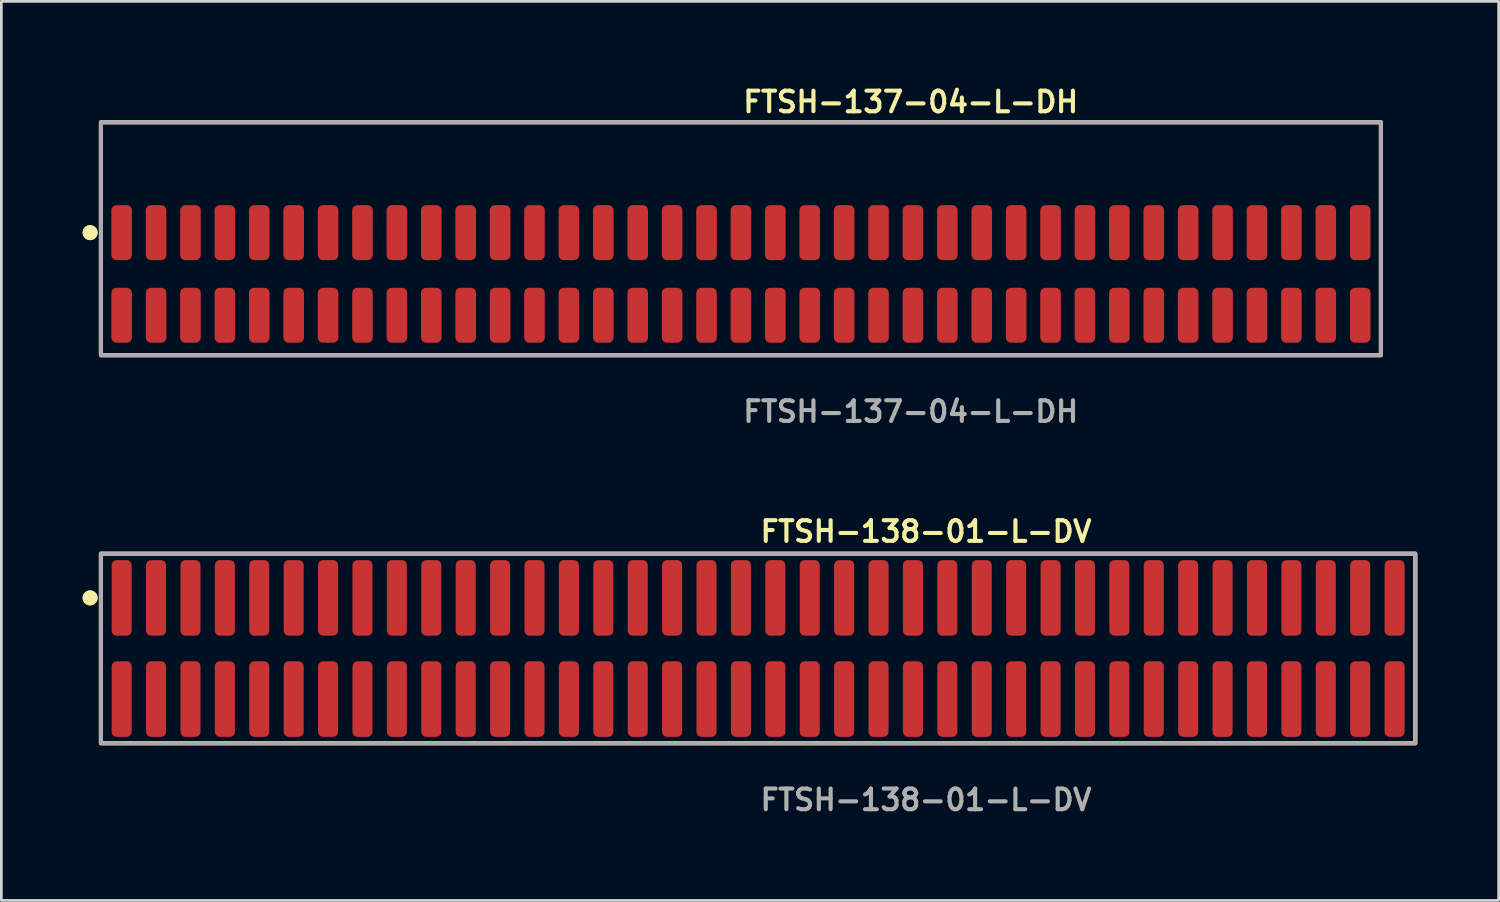
<source format=kicad_pcb>
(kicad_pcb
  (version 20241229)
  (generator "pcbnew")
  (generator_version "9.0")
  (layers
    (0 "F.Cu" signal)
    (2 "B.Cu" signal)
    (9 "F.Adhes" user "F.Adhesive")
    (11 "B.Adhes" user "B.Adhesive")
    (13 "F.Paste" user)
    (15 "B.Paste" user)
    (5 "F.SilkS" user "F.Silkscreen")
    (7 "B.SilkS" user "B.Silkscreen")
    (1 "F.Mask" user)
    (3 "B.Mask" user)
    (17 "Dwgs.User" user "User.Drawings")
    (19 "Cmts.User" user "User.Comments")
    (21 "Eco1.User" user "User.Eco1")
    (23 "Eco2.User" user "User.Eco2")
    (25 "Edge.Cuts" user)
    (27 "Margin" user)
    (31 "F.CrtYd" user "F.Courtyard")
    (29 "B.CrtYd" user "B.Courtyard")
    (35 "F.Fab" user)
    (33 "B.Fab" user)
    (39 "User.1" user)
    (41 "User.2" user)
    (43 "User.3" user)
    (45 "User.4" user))
  (footprint "FTSH-137-04-L-DH"
    (layer "F.Cu")
    (at 24.301 7.063)
    (property "Reference" "FTSH-137-04-L-DH" (at 0 -6.35 0) (unlocked yes) (layer "F.SilkS") (effects (font (size 0.762 0.762) (thickness 0.152)) (justify left)))
    (fp_rect (start -23.625 3) (end 23.625 -5.6) (stroke (width 0.152) (type solid)) (fill no) (layer "F.SilkS"))
    (fp_circle (center -24.025 -1.525) (end -24.225 -1.525) (stroke (width 0.152) (type solid)) (fill yes) (layer "F.SilkS"))
    (fp_circle (center -24.025 -1.525) (end -24.225 -1.525) (stroke (width 0.152) (type solid)) (fill yes) (layer "F.SilkS"))
    (fp_rect (start -23.625 3) (end 23.625 -5.6) (stroke (width 0.006) (type solid)) (fill no) (layer "F.CrtYd"))
    (fp_rect (start -23.625 3) (end 23.625 -5.6) (stroke (width 0.152) (type solid)) (fill no) (layer "F.Fab"))
    (fp_text user "${REFERENCE}" (at 0 5.08 0) (unlocked yes) (layer "F.Fab") (effects (font (size 0.762 0.762) (thickness 0.152)) (justify left)))
    (pad "1" smd roundrect (at -22.86 -1.525) (size 0.76 2.03) (layers "F.Cu" "F.Paste") (roundrect_rratio 0.25))
    (pad "2" smd roundrect (at -22.86 1.525) (size 0.76 2.03) (layers "F.Cu" "F.Paste") (roundrect_rratio 0.25))
    (pad "3" smd roundrect (at -21.59 -1.525) (size 0.76 2.03) (layers "F.Cu" "F.Paste") (roundrect_rratio 0.25))
    (pad "4" smd roundrect (at -21.59 1.525) (size 0.76 2.03) (layers "F.Cu" "F.Paste") (roundrect_rratio 0.25))
    (pad "5" smd roundrect (at -20.32 -1.525) (size 0.76 2.03) (layers "F.Cu" "F.Paste") (roundrect_rratio 0.25))
    (pad "6" smd roundrect (at -20.32 1.525) (size 0.76 2.03) (layers "F.Cu" "F.Paste") (roundrect_rratio 0.25))
    (pad "7" smd roundrect (at -19.05 -1.525) (size 0.76 2.03) (layers "F.Cu" "F.Paste") (roundrect_rratio 0.25))
    (pad "8" smd roundrect (at -19.05 1.525) (size 0.76 2.03) (layers "F.Cu" "F.Paste") (roundrect_rratio 0.25))
    (pad "9" smd roundrect (at -17.78 -1.525) (size 0.76 2.03) (layers "F.Cu" "F.Paste") (roundrect_rratio 0.25))
    (pad "10" smd roundrect (at -17.78 1.525) (size 0.76 2.03) (layers "F.Cu" "F.Paste") (roundrect_rratio 0.25))
    (pad "11" smd roundrect (at -16.51 -1.525) (size 0.76 2.03) (layers "F.Cu" "F.Paste") (roundrect_rratio 0.25))
    (pad "12" smd roundrect (at -16.51 1.525) (size 0.76 2.03) (layers "F.Cu" "F.Paste") (roundrect_rratio 0.25))
    (pad "13" smd roundrect (at -15.24 -1.525) (size 0.76 2.03) (layers "F.Cu" "F.Paste") (roundrect_rratio 0.25))
    (pad "14" smd roundrect (at -15.24 1.525) (size 0.76 2.03) (layers "F.Cu" "F.Paste") (roundrect_rratio 0.25))
    (pad "15" smd roundrect (at -13.97 -1.525) (size 0.76 2.03) (layers "F.Cu" "F.Paste") (roundrect_rratio 0.25))
    (pad "16" smd roundrect (at -13.97 1.525) (size 0.76 2.03) (layers "F.Cu" "F.Paste") (roundrect_rratio 0.25))
    (pad "17" smd roundrect (at -12.7 -1.525) (size 0.76 2.03) (layers "F.Cu" "F.Paste") (roundrect_rratio 0.25))
    (pad "18" smd roundrect (at -12.7 1.525) (size 0.76 2.03) (layers "F.Cu" "F.Paste") (roundrect_rratio 0.25))
    (pad "19" smd roundrect (at -11.43 -1.525) (size 0.76 2.03) (layers "F.Cu" "F.Paste") (roundrect_rratio 0.25))
    (pad "20" smd roundrect (at -11.43 1.525) (size 0.76 2.03) (layers "F.Cu" "F.Paste") (roundrect_rratio 0.25))
    (pad "21" smd roundrect (at -10.16 -1.525) (size 0.76 2.03) (layers "F.Cu" "F.Paste") (roundrect_rratio 0.25))
    (pad "22" smd roundrect (at -10.16 1.525) (size 0.76 2.03) (layers "F.Cu" "F.Paste") (roundrect_rratio 0.25))
    (pad "23" smd roundrect (at -8.89 -1.525) (size 0.76 2.03) (layers "F.Cu" "F.Paste") (roundrect_rratio 0.25))
    (pad "24" smd roundrect (at -8.89 1.525) (size 0.76 2.03) (layers "F.Cu" "F.Paste") (roundrect_rratio 0.25))
    (pad "25" smd roundrect (at -7.62 -1.525) (size 0.76 2.03) (layers "F.Cu" "F.Paste") (roundrect_rratio 0.25))
    (pad "26" smd roundrect (at -7.62 1.525) (size 0.76 2.03) (layers "F.Cu" "F.Paste") (roundrect_rratio 0.25))
    (pad "27" smd roundrect (at -6.35 -1.525) (size 0.76 2.03) (layers "F.Cu" "F.Paste") (roundrect_rratio 0.25))
    (pad "28" smd roundrect (at -6.35 1.525) (size 0.76 2.03) (layers "F.Cu" "F.Paste") (roundrect_rratio 0.25))
    (pad "29" smd roundrect (at -5.08 -1.525) (size 0.76 2.03) (layers "F.Cu" "F.Paste") (roundrect_rratio 0.25))
    (pad "30" smd roundrect (at -5.08 1.525) (size 0.76 2.03) (layers "F.Cu" "F.Paste") (roundrect_rratio 0.25))
    (pad "31" smd roundrect (at -3.81 -1.525) (size 0.76 2.03) (layers "F.Cu" "F.Paste") (roundrect_rratio 0.25))
    (pad "32" smd roundrect (at -3.81 1.525) (size 0.76 2.03) (layers "F.Cu" "F.Paste") (roundrect_rratio 0.25))
    (pad "33" smd roundrect (at -2.54 -1.525) (size 0.76 2.03) (layers "F.Cu" "F.Paste") (roundrect_rratio 0.25))
    (pad "34" smd roundrect (at -2.54 1.525) (size 0.76 2.03) (layers "F.Cu" "F.Paste") (roundrect_rratio 0.25))
    (pad "35" smd roundrect (at -1.27 -1.525) (size 0.76 2.03) (layers "F.Cu" "F.Paste") (roundrect_rratio 0.25))
    (pad "36" smd roundrect (at -1.27 1.525) (size 0.76 2.03) (layers "F.Cu" "F.Paste") (roundrect_rratio 0.25))
    (pad "37" smd roundrect (at 0 -1.525) (size 0.76 2.03) (layers "F.Cu" "F.Paste") (roundrect_rratio 0.25))
    (pad "38" smd roundrect (at 0 1.525) (size 0.76 2.03) (layers "F.Cu" "F.Paste") (roundrect_rratio 0.25))
    (pad "39" smd roundrect (at 1.27 -1.525) (size 0.76 2.03) (layers "F.Cu" "F.Paste") (roundrect_rratio 0.25))
    (pad "40" smd roundrect (at 1.27 1.525) (size 0.76 2.03) (layers "F.Cu" "F.Paste") (roundrect_rratio 0.25))
    (pad "41" smd roundrect (at 2.54 -1.525) (size 0.76 2.03) (layers "F.Cu" "F.Paste") (roundrect_rratio 0.25))
    (pad "42" smd roundrect (at 2.54 1.525) (size 0.76 2.03) (layers "F.Cu" "F.Paste") (roundrect_rratio 0.25))
    (pad "43" smd roundrect (at 3.81 -1.525) (size 0.76 2.03) (layers "F.Cu" "F.Paste") (roundrect_rratio 0.25))
    (pad "44" smd roundrect (at 3.81 1.525) (size 0.76 2.03) (layers "F.Cu" "F.Paste") (roundrect_rratio 0.25))
    (pad "45" smd roundrect (at 5.08 -1.525) (size 0.76 2.03) (layers "F.Cu" "F.Paste") (roundrect_rratio 0.25))
    (pad "46" smd roundrect (at 5.08 1.525) (size 0.76 2.03) (layers "F.Cu" "F.Paste") (roundrect_rratio 0.25))
    (pad "47" smd roundrect (at 6.35 -1.525) (size 0.76 2.03) (layers "F.Cu" "F.Paste") (roundrect_rratio 0.25))
    (pad "48" smd roundrect (at 6.35 1.525) (size 0.76 2.03) (layers "F.Cu" "F.Paste") (roundrect_rratio 0.25))
    (pad "49" smd roundrect (at 7.62 -1.525) (size 0.76 2.03) (layers "F.Cu" "F.Paste") (roundrect_rratio 0.25))
    (pad "50" smd roundrect (at 7.62 1.525) (size 0.76 2.03) (layers "F.Cu" "F.Paste") (roundrect_rratio 0.25))
    (pad "51" smd roundrect (at 8.89 -1.525) (size 0.76 2.03) (layers "F.Cu" "F.Paste") (roundrect_rratio 0.25))
    (pad "52" smd roundrect (at 8.89 1.525) (size 0.76 2.03) (layers "F.Cu" "F.Paste") (roundrect_rratio 0.25))
    (pad "53" smd roundrect (at 10.16 -1.525) (size 0.76 2.03) (layers "F.Cu" "F.Paste") (roundrect_rratio 0.25))
    (pad "54" smd roundrect (at 10.16 1.525) (size 0.76 2.03) (layers "F.Cu" "F.Paste") (roundrect_rratio 0.25))
    (pad "55" smd roundrect (at 11.43 -1.525) (size 0.76 2.03) (layers "F.Cu" "F.Paste") (roundrect_rratio 0.25))
    (pad "56" smd roundrect (at 11.43 1.525) (size 0.76 2.03) (layers "F.Cu" "F.Paste") (roundrect_rratio 0.25))
    (pad "57" smd roundrect (at 12.7 -1.525) (size 0.76 2.03) (layers "F.Cu" "F.Paste") (roundrect_rratio 0.25))
    (pad "58" smd roundrect (at 12.7 1.525) (size 0.76 2.03) (layers "F.Cu" "F.Paste") (roundrect_rratio 0.25))
    (pad "59" smd roundrect (at 13.97 -1.525) (size 0.76 2.03) (layers "F.Cu" "F.Paste") (roundrect_rratio 0.25))
    (pad "60" smd roundrect (at 13.97 1.525) (size 0.76 2.03) (layers "F.Cu" "F.Paste") (roundrect_rratio 0.25))
    (pad "61" smd roundrect (at 15.24 -1.525) (size 0.76 2.03) (layers "F.Cu" "F.Paste") (roundrect_rratio 0.25))
    (pad "62" smd roundrect (at 15.24 1.525) (size 0.76 2.03) (layers "F.Cu" "F.Paste") (roundrect_rratio 0.25))
    (pad "63" smd roundrect (at 16.51 -1.525) (size 0.76 2.03) (layers "F.Cu" "F.Paste") (roundrect_rratio 0.25))
    (pad "64" smd roundrect (at 16.51 1.525) (size 0.76 2.03) (layers "F.Cu" "F.Paste") (roundrect_rratio 0.25))
    (pad "65" smd roundrect (at 17.78 -1.525) (size 0.76 2.03) (layers "F.Cu" "F.Paste") (roundrect_rratio 0.25))
    (pad "66" smd roundrect (at 17.78 1.525) (size 0.76 2.03) (layers "F.Cu" "F.Paste") (roundrect_rratio 0.25))
    (pad "67" smd roundrect (at 19.05 -1.525) (size 0.76 2.03) (layers "F.Cu" "F.Paste") (roundrect_rratio 0.25))
    (pad "68" smd roundrect (at 19.05 1.525) (size 0.76 2.03) (layers "F.Cu" "F.Paste") (roundrect_rratio 0.25))
    (pad "69" smd roundrect (at 20.32 -1.525) (size 0.76 2.03) (layers "F.Cu" "F.Paste") (roundrect_rratio 0.25))
    (pad "70" smd roundrect (at 20.32 1.525) (size 0.76 2.03) (layers "F.Cu" "F.Paste") (roundrect_rratio 0.25))
    (pad "71" smd roundrect (at 21.59 -1.525) (size 0.76 2.03) (layers "F.Cu" "F.Paste") (roundrect_rratio 0.25))
    (pad "72" smd roundrect (at 21.59 1.525) (size 0.76 2.03) (layers "F.Cu" "F.Paste") (roundrect_rratio 0.25))
    (pad "73" smd roundrect (at 22.86 -1.525) (size 0.76 2.03) (layers "F.Cu" "F.Paste") (roundrect_rratio 0.25))
    (pad "74" smd roundrect (at 22.86 1.525) (size 0.76 2.03) (layers "F.Cu" "F.Paste") (roundrect_rratio 0.25)))
  (footprint "FTSH-138-01-L-DV"
    (layer "F.Cu")
    (at 24.936 20.888)
    (property "Reference" "FTSH-138-01-L-DV" (at 0 -4.318 0) (unlocked yes) (layer "F.SilkS") (effects (font (size 0.762 0.762) (thickness 0.152)) (justify left)))
    (fp_rect (start -24.26 3.5) (end 24.26 -3.5) (stroke (width 0.152) (type solid)) (fill no) (layer "F.SilkS"))
    (fp_circle (center -24.66 -1.867) (end -24.86 -1.867) (stroke (width 0.152) (type solid)) (fill yes) (layer "F.SilkS"))
    (fp_circle (center -24.66 -1.867) (end -24.86 -1.867) (stroke (width 0.152) (type solid)) (fill yes) (layer "F.SilkS"))
    (fp_rect (start -24.26 3.5) (end 24.26 -3.5) (stroke (width 0.006) (type solid)) (fill no) (layer "F.CrtYd"))
    (fp_rect (start -24.26 3.5) (end 24.26 -3.5) (stroke (width 0.152) (type solid)) (fill no) (layer "F.Fab"))
    (fp_text user "${REFERENCE}" (at 0 5.588 0) (unlocked yes) (layer "F.Fab") (effects (font (size 0.762 0.762) (thickness 0.152)) (justify left)))
    (pad "1" smd roundrect (at -23.495 -1.867) (size 0.74 2.79) (layers "F.Cu" "F.Paste") (roundrect_rratio 0.25))
    (pad "2" smd roundrect (at -23.495 1.867) (size 0.74 2.79) (layers "F.Cu" "F.Paste") (roundrect_rratio 0.25))
    (pad "3" smd roundrect (at -22.225 -1.867) (size 0.74 2.79) (layers "F.Cu" "F.Paste") (roundrect_rratio 0.25))
    (pad "4" smd roundrect (at -22.225 1.867) (size 0.74 2.79) (layers "F.Cu" "F.Paste") (roundrect_rratio 0.25))
    (pad "5" smd roundrect (at -20.955 -1.867) (size 0.74 2.79) (layers "F.Cu" "F.Paste") (roundrect_rratio 0.25))
    (pad "6" smd roundrect (at -20.955 1.867) (size 0.74 2.79) (layers "F.Cu" "F.Paste") (roundrect_rratio 0.25))
    (pad "7" smd roundrect (at -19.685 -1.867) (size 0.74 2.79) (layers "F.Cu" "F.Paste") (roundrect_rratio 0.25))
    (pad "8" smd roundrect (at -19.685 1.867) (size 0.74 2.79) (layers "F.Cu" "F.Paste") (roundrect_rratio 0.25))
    (pad "9" smd roundrect (at -18.415 -1.867) (size 0.74 2.79) (layers "F.Cu" "F.Paste") (roundrect_rratio 0.25))
    (pad "10" smd roundrect (at -18.415 1.867) (size 0.74 2.79) (layers "F.Cu" "F.Paste") (roundrect_rratio 0.25))
    (pad "11" smd roundrect (at -17.145 -1.867) (size 0.74 2.79) (layers "F.Cu" "F.Paste") (roundrect_rratio 0.25))
    (pad "12" smd roundrect (at -17.145 1.867) (size 0.74 2.79) (layers "F.Cu" "F.Paste") (roundrect_rratio 0.25))
    (pad "13" smd roundrect (at -15.875 -1.867) (size 0.74 2.79) (layers "F.Cu" "F.Paste") (roundrect_rratio 0.25))
    (pad "14" smd roundrect (at -15.875 1.867) (size 0.74 2.79) (layers "F.Cu" "F.Paste") (roundrect_rratio 0.25))
    (pad "15" smd roundrect (at -14.605 -1.867) (size 0.74 2.79) (layers "F.Cu" "F.Paste") (roundrect_rratio 0.25))
    (pad "16" smd roundrect (at -14.605 1.867) (size 0.74 2.79) (layers "F.Cu" "F.Paste") (roundrect_rratio 0.25))
    (pad "17" smd roundrect (at -13.335 -1.867) (size 0.74 2.79) (layers "F.Cu" "F.Paste") (roundrect_rratio 0.25))
    (pad "18" smd roundrect (at -13.335 1.867) (size 0.74 2.79) (layers "F.Cu" "F.Paste") (roundrect_rratio 0.25))
    (pad "19" smd roundrect (at -12.065 -1.867) (size 0.74 2.79) (layers "F.Cu" "F.Paste") (roundrect_rratio 0.25))
    (pad "20" smd roundrect (at -12.065 1.867) (size 0.74 2.79) (layers "F.Cu" "F.Paste") (roundrect_rratio 0.25))
    (pad "21" smd roundrect (at -10.795 -1.867) (size 0.74 2.79) (layers "F.Cu" "F.Paste") (roundrect_rratio 0.25))
    (pad "22" smd roundrect (at -10.795 1.867) (size 0.74 2.79) (layers "F.Cu" "F.Paste") (roundrect_rratio 0.25))
    (pad "23" smd roundrect (at -9.525 -1.867) (size 0.74 2.79) (layers "F.Cu" "F.Paste") (roundrect_rratio 0.25))
    (pad "24" smd roundrect (at -9.525 1.867) (size 0.74 2.79) (layers "F.Cu" "F.Paste") (roundrect_rratio 0.25))
    (pad "25" smd roundrect (at -8.255 -1.867) (size 0.74 2.79) (layers "F.Cu" "F.Paste") (roundrect_rratio 0.25))
    (pad "26" smd roundrect (at -8.255 1.867) (size 0.74 2.79) (layers "F.Cu" "F.Paste") (roundrect_rratio 0.25))
    (pad "27" smd roundrect (at -6.985 -1.867) (size 0.74 2.79) (layers "F.Cu" "F.Paste") (roundrect_rratio 0.25))
    (pad "28" smd roundrect (at -6.985 1.867) (size 0.74 2.79) (layers "F.Cu" "F.Paste") (roundrect_rratio 0.25))
    (pad "29" smd roundrect (at -5.715 -1.867) (size 0.74 2.79) (layers "F.Cu" "F.Paste") (roundrect_rratio 0.25))
    (pad "30" smd roundrect (at -5.715 1.867) (size 0.74 2.79) (layers "F.Cu" "F.Paste") (roundrect_rratio 0.25))
    (pad "31" smd roundrect (at -4.445 -1.867) (size 0.74 2.79) (layers "F.Cu" "F.Paste") (roundrect_rratio 0.25))
    (pad "32" smd roundrect (at -4.445 1.867) (size 0.74 2.79) (layers "F.Cu" "F.Paste") (roundrect_rratio 0.25))
    (pad "33" smd roundrect (at -3.175 -1.867) (size 0.74 2.79) (layers "F.Cu" "F.Paste") (roundrect_rratio 0.25))
    (pad "34" smd roundrect (at -3.175 1.867) (size 0.74 2.79) (layers "F.Cu" "F.Paste") (roundrect_rratio 0.25))
    (pad "35" smd roundrect (at -1.905 -1.867) (size 0.74 2.79) (layers "F.Cu" "F.Paste") (roundrect_rratio 0.25))
    (pad "36" smd roundrect (at -1.905 1.867) (size 0.74 2.79) (layers "F.Cu" "F.Paste") (roundrect_rratio 0.25))
    (pad "37" smd roundrect (at -0.635 -1.867) (size 0.74 2.79) (layers "F.Cu" "F.Paste") (roundrect_rratio 0.25))
    (pad "38" smd roundrect (at -0.635 1.867) (size 0.74 2.79) (layers "F.Cu" "F.Paste") (roundrect_rratio 0.25))
    (pad "39" smd roundrect (at 0.635 -1.867) (size 0.74 2.79) (layers "F.Cu" "F.Paste") (roundrect_rratio 0.25))
    (pad "40" smd roundrect (at 0.635 1.867) (size 0.74 2.79) (layers "F.Cu" "F.Paste") (roundrect_rratio 0.25))
    (pad "41" smd roundrect (at 1.905 -1.867) (size 0.74 2.79) (layers "F.Cu" "F.Paste") (roundrect_rratio 0.25))
    (pad "42" smd roundrect (at 1.905 1.867) (size 0.74 2.79) (layers "F.Cu" "F.Paste") (roundrect_rratio 0.25))
    (pad "43" smd roundrect (at 3.175 -1.867) (size 0.74 2.79) (layers "F.Cu" "F.Paste") (roundrect_rratio 0.25))
    (pad "44" smd roundrect (at 3.175 1.867) (size 0.74 2.79) (layers "F.Cu" "F.Paste") (roundrect_rratio 0.25))
    (pad "45" smd roundrect (at 4.445 -1.867) (size 0.74 2.79) (layers "F.Cu" "F.Paste") (roundrect_rratio 0.25))
    (pad "46" smd roundrect (at 4.445 1.867) (size 0.74 2.79) (layers "F.Cu" "F.Paste") (roundrect_rratio 0.25))
    (pad "47" smd roundrect (at 5.715 -1.867) (size 0.74 2.79) (layers "F.Cu" "F.Paste") (roundrect_rratio 0.25))
    (pad "48" smd roundrect (at 5.715 1.867) (size 0.74 2.79) (layers "F.Cu" "F.Paste") (roundrect_rratio 0.25))
    (pad "49" smd roundrect (at 6.985 -1.867) (size 0.74 2.79) (layers "F.Cu" "F.Paste") (roundrect_rratio 0.25))
    (pad "50" smd roundrect (at 6.985 1.867) (size 0.74 2.79) (layers "F.Cu" "F.Paste") (roundrect_rratio 0.25))
    (pad "51" smd roundrect (at 8.255 -1.867) (size 0.74 2.79) (layers "F.Cu" "F.Paste") (roundrect_rratio 0.25))
    (pad "52" smd roundrect (at 8.255 1.867) (size 0.74 2.79) (layers "F.Cu" "F.Paste") (roundrect_rratio 0.25))
    (pad "53" smd roundrect (at 9.525 -1.867) (size 0.74 2.79) (layers "F.Cu" "F.Paste") (roundrect_rratio 0.25))
    (pad "54" smd roundrect (at 9.525 1.867) (size 0.74 2.79) (layers "F.Cu" "F.Paste") (roundrect_rratio 0.25))
    (pad "55" smd roundrect (at 10.795 -1.867) (size 0.74 2.79) (layers "F.Cu" "F.Paste") (roundrect_rratio 0.25))
    (pad "56" smd roundrect (at 10.795 1.867) (size 0.74 2.79) (layers "F.Cu" "F.Paste") (roundrect_rratio 0.25))
    (pad "57" smd roundrect (at 12.065 -1.867) (size 0.74 2.79) (layers "F.Cu" "F.Paste") (roundrect_rratio 0.25))
    (pad "58" smd roundrect (at 12.065 1.867) (size 0.74 2.79) (layers "F.Cu" "F.Paste") (roundrect_rratio 0.25))
    (pad "59" smd roundrect (at 13.335 -1.867) (size 0.74 2.79) (layers "F.Cu" "F.Paste") (roundrect_rratio 0.25))
    (pad "60" smd roundrect (at 13.335 1.867) (size 0.74 2.79) (layers "F.Cu" "F.Paste") (roundrect_rratio 0.25))
    (pad "61" smd roundrect (at 14.605 -1.867) (size 0.74 2.79) (layers "F.Cu" "F.Paste") (roundrect_rratio 0.25))
    (pad "62" smd roundrect (at 14.605 1.867) (size 0.74 2.79) (layers "F.Cu" "F.Paste") (roundrect_rratio 0.25))
    (pad "63" smd roundrect (at 15.875 -1.867) (size 0.74 2.79) (layers "F.Cu" "F.Paste") (roundrect_rratio 0.25))
    (pad "64" smd roundrect (at 15.875 1.867) (size 0.74 2.79) (layers "F.Cu" "F.Paste") (roundrect_rratio 0.25))
    (pad "65" smd roundrect (at 17.145 -1.867) (size 0.74 2.79) (layers "F.Cu" "F.Paste") (roundrect_rratio 0.25))
    (pad "66" smd roundrect (at 17.145 1.867) (size 0.74 2.79) (layers "F.Cu" "F.Paste") (roundrect_rratio 0.25))
    (pad "67" smd roundrect (at 18.415 -1.867) (size 0.74 2.79) (layers "F.Cu" "F.Paste") (roundrect_rratio 0.25))
    (pad "68" smd roundrect (at 18.415 1.867) (size 0.74 2.79) (layers "F.Cu" "F.Paste") (roundrect_rratio 0.25))
    (pad "69" smd roundrect (at 19.685 -1.867) (size 0.74 2.79) (layers "F.Cu" "F.Paste") (roundrect_rratio 0.25))
    (pad "70" smd roundrect (at 19.685 1.867) (size 0.74 2.79) (layers "F.Cu" "F.Paste") (roundrect_rratio 0.25))
    (pad "71" smd roundrect (at 20.955 -1.867) (size 0.74 2.79) (layers "F.Cu" "F.Paste") (roundrect_rratio 0.25))
    (pad "72" smd roundrect (at 20.955 1.867) (size 0.74 2.79) (layers "F.Cu" "F.Paste") (roundrect_rratio 0.25))
    (pad "73" smd roundrect (at 22.225 -1.867) (size 0.74 2.79) (layers "F.Cu" "F.Paste") (roundrect_rratio 0.25))
    (pad "74" smd roundrect (at 22.225 1.867) (size 0.74 2.79) (layers "F.Cu" "F.Paste") (roundrect_rratio 0.25))
    (pad "75" smd roundrect (at 23.495 -1.867) (size 0.74 2.79) (layers "F.Cu" "F.Paste") (roundrect_rratio 0.25))
    (pad "76" smd roundrect (at 23.495 1.867) (size 0.74 2.79) (layers "F.Cu" "F.Paste") (roundrect_rratio 0.25)))
  (gr_rect
    (start -3 -3)
    (end 52.272 30.189)
    (stroke (width 0.1) (type default))
    (fill no)
    (layer "Edge.Cuts")))
</source>
